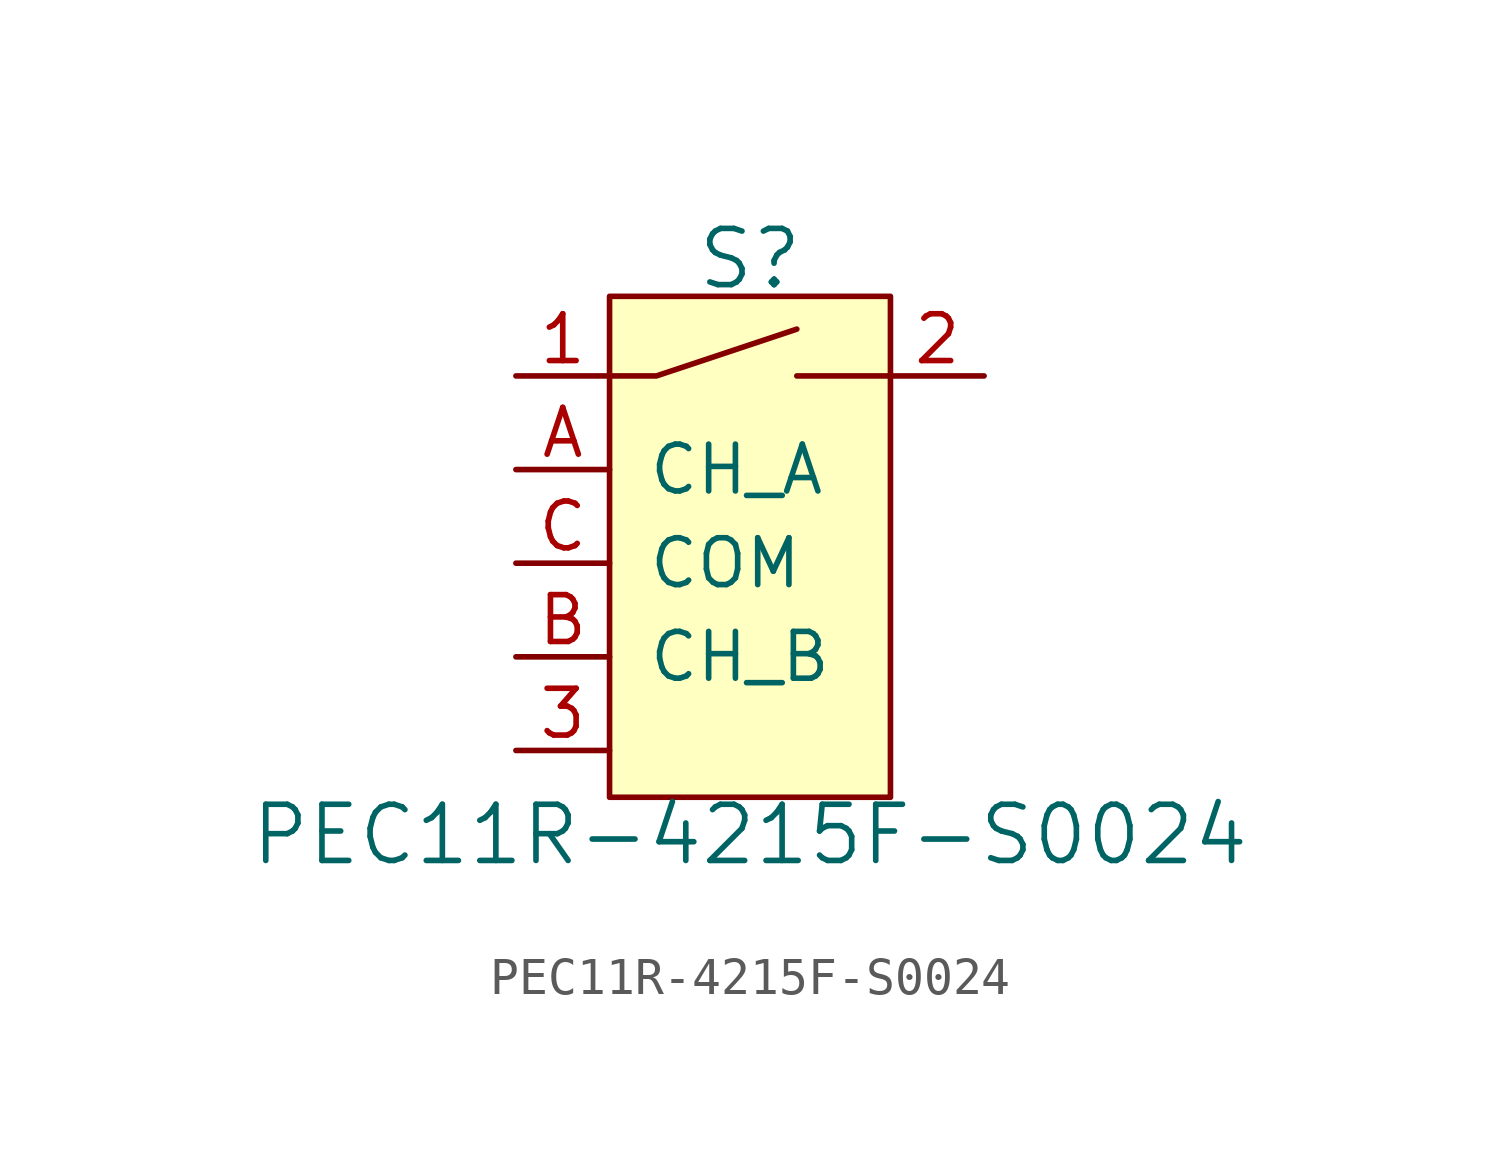
<source format=kicad_sym>
(kicad_symbol_lib
  (version 20220914)
  (generator kicad_symbol_editor)
  (symbol "PEC11R-4215F-S0024"
    (pin_names
      (offset 1.016))
    (property "Reference" "S"
      (at -1.27 5.715 0)
      (effects (font (size 1.524 1.524))))
    (property "Value" "PEC11R-4215F-S0024"
      (at -1.27 -9.906 0)
      (effects (font (size 1.524 1.524))))
    (symbol "PEC11R-4215F-S0024_0_1"
      (rectangle (start -5.08 4.699) (end 2.54 -8.89) (stroke (width 0) (type default)) (fill (type background)))
      (polyline (pts (xy 0 2.54) (xy 2.54 2.54)) (stroke (width 0) (type default)) (fill (type none)))
      (polyline (pts (xy -5.08 2.54) (xy -3.81 2.54) (xy 0 3.81)) (stroke (width 0) (type default)) (fill (type none))))
    (symbol "PEC11R-4215F-S0024_1_1"
      (pin bidirectional line (at -7.62 2.54 0) (length 2.54) (name "~" (effects (font (size 1.27 1.27)))) (number "1" (effects (font (size 1.27 1.27)))))
      (pin bidirectional line (at 5.08 2.54 180) (length 2.54) (name "~" (effects (font (size 1.27 1.27)))) (number "2" (effects (font (size 1.27 1.27)))))
      (pin unspecified line (at -7.62 -7.62 0) (length 2.54) (name "~" (effects (font (size 1.27 1.27)))) (number "3" (effects (font (size 1.27 1.27)))))
      (pin bidirectional line (at -7.62 0 0) (length 2.54) (name "CH_A" (effects (font (size 1.27 1.27)))) (number "A" (effects (font (size 1.27 1.27)))))
      (pin bidirectional line (at -7.62 -5.08 0) (length 2.54) (name "CH_B" (effects (font (size 1.27 1.27)))) (number "B" (effects (font (size 1.27 1.27)))))
      (pin input line (at -7.62 -2.54 0) (length 2.54) (name "COM" (effects (font (size 1.27 1.27)))) (number "C" (effects (font (size 1.27 1.27))))))))
</source>
